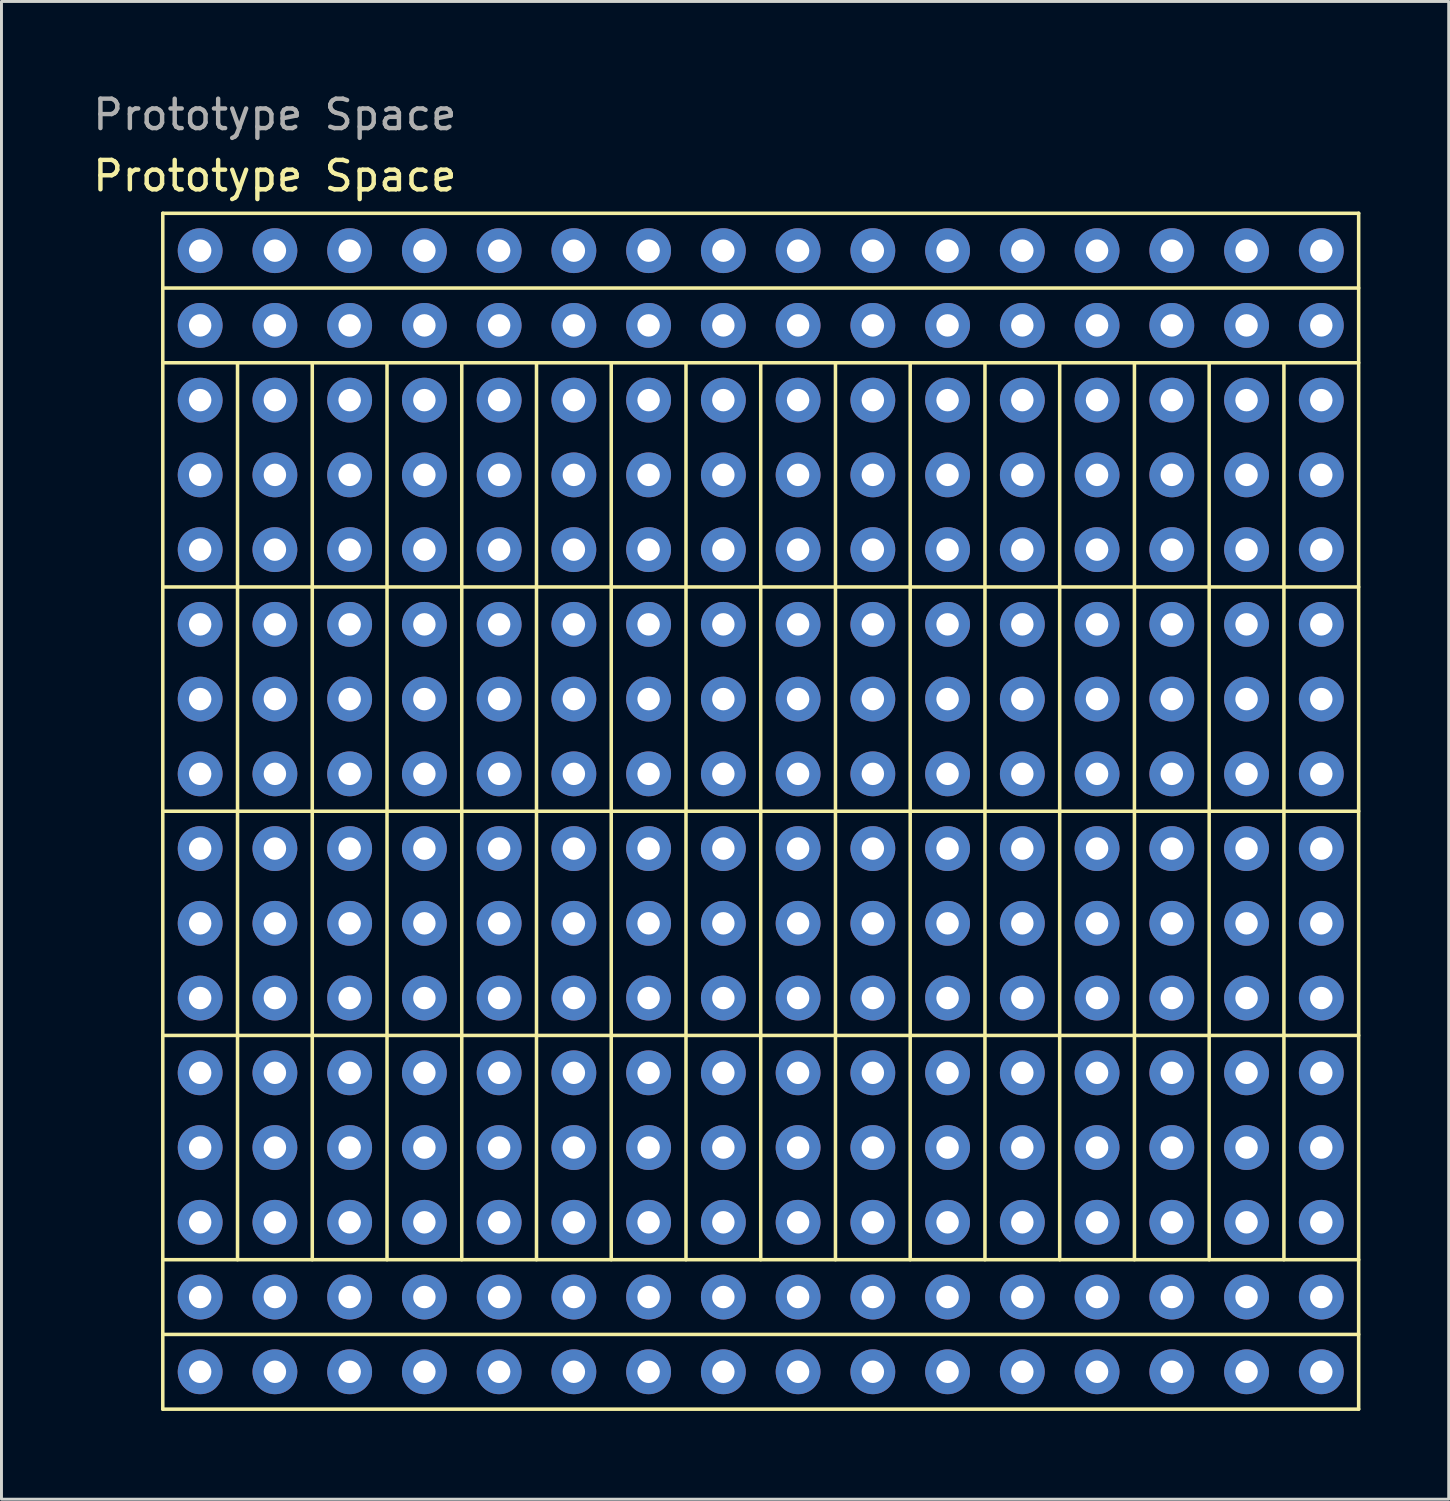
<source format=kicad_pcb>
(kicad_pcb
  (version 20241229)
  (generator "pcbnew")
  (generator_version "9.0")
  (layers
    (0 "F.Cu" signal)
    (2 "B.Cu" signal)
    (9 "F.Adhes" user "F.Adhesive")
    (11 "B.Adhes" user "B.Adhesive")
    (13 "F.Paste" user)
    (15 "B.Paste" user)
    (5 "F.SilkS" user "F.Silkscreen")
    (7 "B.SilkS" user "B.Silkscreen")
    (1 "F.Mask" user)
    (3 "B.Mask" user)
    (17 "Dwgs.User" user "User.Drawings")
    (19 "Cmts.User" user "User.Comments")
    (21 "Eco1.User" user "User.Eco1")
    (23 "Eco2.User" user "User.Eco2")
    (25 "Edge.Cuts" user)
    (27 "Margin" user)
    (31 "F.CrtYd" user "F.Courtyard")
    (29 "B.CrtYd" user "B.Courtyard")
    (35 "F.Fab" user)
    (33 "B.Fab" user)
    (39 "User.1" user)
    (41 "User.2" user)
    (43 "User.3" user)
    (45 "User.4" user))
  (footprint "Prototype Space"
    (layer "F.Cu")
    (at 3.752 5.468)
    (property "Reference" "Prototype Space" (at 2.54 -2.54 0) (unlocked yes) (layer "F.SilkS") (effects (font (size 1 1) (thickness 0.15))))
    (attr through_hole)
    (fp_line (start -1.27 -1.27) (end 39.37 -1.27) (stroke (width 0.12) (type solid)) (layer "F.SilkS"))
    (fp_line (start -1.27 1.27) (end 39.37 1.27) (stroke (width 0.12) (type solid)) (layer "F.SilkS"))
    (fp_line (start -1.27 11.43) (end 39.37 11.43) (stroke (width 0.12) (type solid)) (layer "F.SilkS"))
    (fp_line (start -1.27 19.05) (end 39.37 19.05) (stroke (width 0.12) (type solid)) (layer "F.SilkS"))
    (fp_line (start -1.27 26.67) (end 39.37 26.67) (stroke (width 0.12) (type solid)) (layer "F.SilkS"))
    (fp_line (start -1.27 34.29) (end 39.37 34.29) (stroke (width 0.12) (type solid)) (layer "F.SilkS"))
    (fp_line (start -1.27 36.83) (end 39.37 36.83) (stroke (width 0.12) (type solid)) (layer "F.SilkS"))
    (fp_line (start -1.27 39.37) (end -1.27 -1.27) (stroke (width 0.12) (type solid)) (layer "F.SilkS"))
    (fp_line (start 1.27 34.29) (end 1.27 3.81) (stroke (width 0.12) (type solid)) (layer "F.SilkS"))
    (fp_line (start 3.81 3.81) (end 3.81 34.29) (stroke (width 0.12) (type solid)) (layer "F.SilkS"))
    (fp_line (start 6.35 34.29) (end 6.35 3.81) (stroke (width 0.12) (type solid)) (layer "F.SilkS"))
    (fp_line (start 8.89 3.81) (end 8.89 34.29) (stroke (width 0.12) (type solid)) (layer "F.SilkS"))
    (fp_line (start 11.43 3.81) (end 11.43 34.29) (stroke (width 0.12) (type solid)) (layer "F.SilkS"))
    (fp_line (start 13.97 3.81) (end 13.97 34.29) (stroke (width 0.12) (type solid)) (layer "F.SilkS"))
    (fp_line (start 16.51 3.81) (end 16.51 34.29) (stroke (width 0.12) (type solid)) (layer "F.SilkS"))
    (fp_line (start 19.05 3.81) (end 19.05 34.29) (stroke (width 0.12) (type solid)) (layer "F.SilkS"))
    (fp_line (start 21.59 3.81) (end 21.59 34.29) (stroke (width 0.12) (type solid)) (layer "F.SilkS"))
    (fp_line (start 24.13 3.81) (end 24.13 34.29) (stroke (width 0.12) (type solid)) (layer "F.SilkS"))
    (fp_line (start 26.67 3.81) (end 26.67 34.29) (stroke (width 0.12) (type solid)) (layer "F.SilkS"))
    (fp_line (start 29.21 3.81) (end 29.21 34.29) (stroke (width 0.12) (type solid)) (layer "F.SilkS"))
    (fp_line (start 31.75 3.81) (end 31.75 34.29) (stroke (width 0.12) (type solid)) (layer "F.SilkS"))
    (fp_line (start 34.29 3.81) (end 34.29 34.29) (stroke (width 0.12) (type solid)) (layer "F.SilkS"))
    (fp_line (start 36.83 3.81) (end 36.83 34.29) (stroke (width 0.12) (type solid)) (layer "F.SilkS"))
    (fp_line (start 39.37 -1.27) (end 39.37 39.37) (stroke (width 0.12) (type solid)) (layer "F.SilkS"))
    (fp_line (start 39.37 3.81) (end -1.27 3.81) (stroke (width 0.12) (type solid)) (layer "F.SilkS"))
    (fp_line (start 39.37 39.37) (end -1.27 39.37) (stroke (width 0.12) (type solid)) (layer "F.SilkS"))
    (fp_text user "${REFERENCE}" (at 2.54 -4.62 0) (unlocked yes) (layer "F.Fab") (effects (font (size 1 1) (thickness 0.15))))
    (pad "1A" thru_hole circle (at 0 0) (size 1.524 1.524) (drill 0.762) (layers "*.Cu" "*.Mask"))
    (pad "1B" thru_hole circle (at 0 2.54) (size 1.524 1.524) (drill 0.762) (layers "*.Cu" "*.Mask"))
    (pad "1C" thru_hole circle (at 0 5.08) (size 1.524 1.524) (drill 0.762) (layers "*.Cu" "*.Mask"))
    (pad "1D" thru_hole circle (at 0 7.62) (size 1.524 1.524) (drill 0.762) (layers "*.Cu" "*.Mask"))
    (pad "1E" thru_hole circle (at 0 10.16) (size 1.524 1.524) (drill 0.762) (layers "*.Cu" "*.Mask"))
    (pad "1F" thru_hole circle (at 0 12.7) (size 1.524 1.524) (drill 0.762) (layers "*.Cu" "*.Mask"))
    (pad "1G" thru_hole circle (at 0 15.24) (size 1.524 1.524) (drill 0.762) (layers "*.Cu" "*.Mask"))
    (pad "1H" thru_hole circle (at 0 17.78) (size 1.524 1.524) (drill 0.762) (layers "*.Cu" "*.Mask"))
    (pad "1J" thru_hole circle (at 0 20.32) (size 1.524 1.524) (drill 0.762) (layers "*.Cu" "*.Mask"))
    (pad "1K" thru_hole circle (at 0 22.86) (size 1.524 1.524) (drill 0.762) (layers "*.Cu" "*.Mask"))
    (pad "1L" thru_hole circle (at 0 25.4) (size 1.524 1.524) (drill 0.762) (layers "*.Cu" "*.Mask"))
    (pad "1M" thru_hole circle (at 0 27.94) (size 1.524 1.524) (drill 0.762) (layers "*.Cu" "*.Mask"))
    (pad "1N" thru_hole circle (at 0 30.48) (size 1.524 1.524) (drill 0.762) (layers "*.Cu" "*.Mask"))
    (pad "1P" thru_hole circle (at 0 33.02) (size 1.524 1.524) (drill 0.762) (layers "*.Cu" "*.Mask"))
    (pad "1R" thru_hole circle (at 0 35.56) (size 1.524 1.524) (drill 0.762) (layers "*.Cu" "*.Mask"))
    (pad "1T" thru_hole circle (at 0 38.1) (size 1.524 1.524) (drill 0.762) (layers "*.Cu" "*.Mask"))
    (pad "2A" thru_hole circle (at 2.54 0) (size 1.524 1.524) (drill 0.762) (layers "*.Cu" "*.Mask"))
    (pad "2B" thru_hole circle (at 2.54 2.54) (size 1.524 1.524) (drill 0.762) (layers "*.Cu" "*.Mask"))
    (pad "2C" thru_hole circle (at 2.54 5.08) (size 1.524 1.524) (drill 0.762) (layers "*.Cu" "*.Mask"))
    (pad "2D" thru_hole circle (at 2.54 7.62) (size 1.524 1.524) (drill 0.762) (layers "*.Cu" "*.Mask"))
    (pad "2E" thru_hole circle (at 2.54 10.16) (size 1.524 1.524) (drill 0.762) (layers "*.Cu" "*.Mask"))
    (pad "2F" thru_hole circle (at 2.54 12.7) (size 1.524 1.524) (drill 0.762) (layers "*.Cu" "*.Mask"))
    (pad "2G" thru_hole circle (at 2.54 15.24) (size 1.524 1.524) (drill 0.762) (layers "*.Cu" "*.Mask"))
    (pad "2H" thru_hole circle (at 2.54 17.78) (size 1.524 1.524) (drill 0.762) (layers "*.Cu" "*.Mask"))
    (pad "2J" thru_hole circle (at 2.54 20.32) (size 1.524 1.524) (drill 0.762) (layers "*.Cu" "*.Mask"))
    (pad "2K" thru_hole circle (at 2.54 22.86) (size 1.524 1.524) (drill 0.762) (layers "*.Cu" "*.Mask"))
    (pad "2L" thru_hole circle (at 2.54 25.4) (size 1.524 1.524) (drill 0.762) (layers "*.Cu" "*.Mask"))
    (pad "2M" thru_hole circle (at 2.54 27.94) (size 1.524 1.524) (drill 0.762) (layers "*.Cu" "*.Mask"))
    (pad "2N" thru_hole circle (at 2.54 30.48) (size 1.524 1.524) (drill 0.762) (layers "*.Cu" "*.Mask"))
    (pad "2P" thru_hole circle (at 2.54 33.02) (size 1.524 1.524) (drill 0.762) (layers "*.Cu" "*.Mask"))
    (pad "2R" thru_hole circle (at 2.54 35.56) (size 1.524 1.524) (drill 0.762) (layers "*.Cu" "*.Mask"))
    (pad "2T" thru_hole circle (at 2.54 38.1) (size 1.524 1.524) (drill 0.762) (layers "*.Cu" "*.Mask"))
    (pad "3A" thru_hole circle (at 5.08 0) (size 1.524 1.524) (drill 0.762) (layers "*.Cu" "*.Mask"))
    (pad "3B" thru_hole circle (at 5.08 2.54) (size 1.524 1.524) (drill 0.762) (layers "*.Cu" "*.Mask"))
    (pad "3C" thru_hole circle (at 5.08 5.08) (size 1.524 1.524) (drill 0.762) (layers "*.Cu" "*.Mask"))
    (pad "3D" thru_hole circle (at 5.08 7.62) (size 1.524 1.524) (drill 0.762) (layers "*.Cu" "*.Mask"))
    (pad "3E" thru_hole circle (at 5.08 10.16) (size 1.524 1.524) (drill 0.762) (layers "*.Cu" "*.Mask"))
    (pad "3F" thru_hole circle (at 5.08 12.7) (size 1.524 1.524) (drill 0.762) (layers "*.Cu" "*.Mask"))
    (pad "3G" thru_hole circle (at 5.08 15.24) (size 1.524 1.524) (drill 0.762) (layers "*.Cu" "*.Mask"))
    (pad "3H" thru_hole circle (at 5.08 17.78) (size 1.524 1.524) (drill 0.762) (layers "*.Cu" "*.Mask"))
    (pad "3J" thru_hole circle (at 5.08 20.32) (size 1.524 1.524) (drill 0.762) (layers "*.Cu" "*.Mask"))
    (pad "3K" thru_hole circle (at 5.08 22.86) (size 1.524 1.524) (drill 0.762) (layers "*.Cu" "*.Mask"))
    (pad "3L" thru_hole circle (at 5.08 25.4) (size 1.524 1.524) (drill 0.762) (layers "*.Cu" "*.Mask"))
    (pad "3M" thru_hole circle (at 5.08 27.94) (size 1.524 1.524) (drill 0.762) (layers "*.Cu" "*.Mask"))
    (pad "3N" thru_hole circle (at 5.08 30.48) (size 1.524 1.524) (drill 0.762) (layers "*.Cu" "*.Mask"))
    (pad "3P" thru_hole circle (at 5.08 33.02) (size 1.524 1.524) (drill 0.762) (layers "*.Cu" "*.Mask"))
    (pad "3R" thru_hole circle (at 5.08 35.56) (size 1.524 1.524) (drill 0.762) (layers "*.Cu" "*.Mask"))
    (pad "3T" thru_hole circle (at 5.08 38.1) (size 1.524 1.524) (drill 0.762) (layers "*.Cu" "*.Mask"))
    (pad "4A" thru_hole circle (at 7.62 0) (size 1.524 1.524) (drill 0.762) (layers "*.Cu" "*.Mask"))
    (pad "4B" thru_hole circle (at 7.62 2.54) (size 1.524 1.524) (drill 0.762) (layers "*.Cu" "*.Mask"))
    (pad "4C" thru_hole circle (at 7.62 5.08) (size 1.524 1.524) (drill 0.762) (layers "*.Cu" "*.Mask"))
    (pad "4D" thru_hole circle (at 7.62 7.62) (size 1.524 1.524) (drill 0.762) (layers "*.Cu" "*.Mask"))
    (pad "4E" thru_hole circle (at 7.62 10.16) (size 1.524 1.524) (drill 0.762) (layers "*.Cu" "*.Mask"))
    (pad "4F" thru_hole circle (at 7.62 12.7) (size 1.524 1.524) (drill 0.762) (layers "*.Cu" "*.Mask"))
    (pad "4G" thru_hole circle (at 7.62 15.24) (size 1.524 1.524) (drill 0.762) (layers "*.Cu" "*.Mask"))
    (pad "4H" thru_hole circle (at 7.62 17.78) (size 1.524 1.524) (drill 0.762) (layers "*.Cu" "*.Mask"))
    (pad "4J" thru_hole circle (at 7.62 20.32) (size 1.524 1.524) (drill 0.762) (layers "*.Cu" "*.Mask"))
    (pad "4K" thru_hole circle (at 7.62 22.86) (size 1.524 1.524) (drill 0.762) (layers "*.Cu" "*.Mask"))
    (pad "4L" thru_hole circle (at 7.62 25.4) (size 1.524 1.524) (drill 0.762) (layers "*.Cu" "*.Mask"))
    (pad "4M" thru_hole circle (at 7.62 27.94) (size 1.524 1.524) (drill 0.762) (layers "*.Cu" "*.Mask"))
    (pad "4N" thru_hole circle (at 7.62 30.48) (size 1.524 1.524) (drill 0.762) (layers "*.Cu" "*.Mask"))
    (pad "4P" thru_hole circle (at 7.62 33.02) (size 1.524 1.524) (drill 0.762) (layers "*.Cu" "*.Mask"))
    (pad "4R" thru_hole circle (at 7.62 35.56) (size 1.524 1.524) (drill 0.762) (layers "*.Cu" "*.Mask"))
    (pad "4T" thru_hole circle (at 7.62 38.1) (size 1.524 1.524) (drill 0.762) (layers "*.Cu" "*.Mask"))
    (pad "5A" thru_hole circle (at 10.16 0) (size 1.524 1.524) (drill 0.762) (layers "*.Cu" "*.Mask"))
    (pad "5B" thru_hole circle (at 10.16 2.54) (size 1.524 1.524) (drill 0.762) (layers "*.Cu" "*.Mask"))
    (pad "5C" thru_hole circle (at 10.16 5.08) (size 1.524 1.524) (drill 0.762) (layers "*.Cu" "*.Mask"))
    (pad "5D" thru_hole circle (at 10.16 7.62) (size 1.524 1.524) (drill 0.762) (layers "*.Cu" "*.Mask"))
    (pad "5E" thru_hole circle (at 10.16 10.16) (size 1.524 1.524) (drill 0.762) (layers "*.Cu" "*.Mask"))
    (pad "5F" thru_hole circle (at 10.16 12.7) (size 1.524 1.524) (drill 0.762) (layers "*.Cu" "*.Mask"))
    (pad "5G" thru_hole circle (at 10.16 15.24) (size 1.524 1.524) (drill 0.762) (layers "*.Cu" "*.Mask"))
    (pad "5H" thru_hole circle (at 10.16 17.78) (size 1.524 1.524) (drill 0.762) (layers "*.Cu" "*.Mask"))
    (pad "5J" thru_hole circle (at 10.16 20.32) (size 1.524 1.524) (drill 0.762) (layers "*.Cu" "*.Mask"))
    (pad "5K" thru_hole circle (at 10.16 22.86) (size 1.524 1.524) (drill 0.762) (layers "*.Cu" "*.Mask"))
    (pad "5L" thru_hole circle (at 10.16 25.4) (size 1.524 1.524) (drill 0.762) (layers "*.Cu" "*.Mask"))
    (pad "5M" thru_hole circle (at 10.16 27.94) (size 1.524 1.524) (drill 0.762) (layers "*.Cu" "*.Mask"))
    (pad "5N" thru_hole circle (at 10.16 30.48) (size 1.524 1.524) (drill 0.762) (layers "*.Cu" "*.Mask"))
    (pad "5P" thru_hole circle (at 10.16 33.02) (size 1.524 1.524) (drill 0.762) (layers "*.Cu" "*.Mask"))
    (pad "5R" thru_hole circle (at 10.16 35.56) (size 1.524 1.524) (drill 0.762) (layers "*.Cu" "*.Mask"))
    (pad "5T" thru_hole circle (at 10.16 38.1) (size 1.524 1.524) (drill 0.762) (layers "*.Cu" "*.Mask"))
    (pad "6A" thru_hole circle (at 12.7 0) (size 1.524 1.524) (drill 0.762) (layers "*.Cu" "*.Mask"))
    (pad "6B" thru_hole circle (at 12.7 2.54) (size 1.524 1.524) (drill 0.762) (layers "*.Cu" "*.Mask"))
    (pad "6C" thru_hole circle (at 12.7 5.08) (size 1.524 1.524) (drill 0.762) (layers "*.Cu" "*.Mask"))
    (pad "6D" thru_hole circle (at 12.7 7.62) (size 1.524 1.524) (drill 0.762) (layers "*.Cu" "*.Mask"))
    (pad "6E" thru_hole circle (at 12.7 10.16) (size 1.524 1.524) (drill 0.762) (layers "*.Cu" "*.Mask"))
    (pad "6F" thru_hole circle (at 12.7 12.7) (size 1.524 1.524) (drill 0.762) (layers "*.Cu" "*.Mask"))
    (pad "6G" thru_hole circle (at 12.7 15.24) (size 1.524 1.524) (drill 0.762) (layers "*.Cu" "*.Mask"))
    (pad "6H" thru_hole circle (at 12.7 17.78) (size 1.524 1.524) (drill 0.762) (layers "*.Cu" "*.Mask"))
    (pad "6J" thru_hole circle (at 12.7 20.32) (size 1.524 1.524) (drill 0.762) (layers "*.Cu" "*.Mask"))
    (pad "6K" thru_hole circle (at 12.7 22.86) (size 1.524 1.524) (drill 0.762) (layers "*.Cu" "*.Mask"))
    (pad "6L" thru_hole circle (at 12.7 25.4) (size 1.524 1.524) (drill 0.762) (layers "*.Cu" "*.Mask"))
    (pad "6M" thru_hole circle (at 12.7 27.94) (size 1.524 1.524) (drill 0.762) (layers "*.Cu" "*.Mask"))
    (pad "6N" thru_hole circle (at 12.7 30.48) (size 1.524 1.524) (drill 0.762) (layers "*.Cu" "*.Mask"))
    (pad "6P" thru_hole circle (at 12.7 33.02) (size 1.524 1.524) (drill 0.762) (layers "*.Cu" "*.Mask"))
    (pad "6R" thru_hole circle (at 12.7 35.56) (size 1.524 1.524) (drill 0.762) (layers "*.Cu" "*.Mask"))
    (pad "6T" thru_hole circle (at 12.7 38.1) (size 1.524 1.524) (drill 0.762) (layers "*.Cu" "*.Mask"))
    (pad "7A" thru_hole circle (at 15.24 0) (size 1.524 1.524) (drill 0.762) (layers "*.Cu" "*.Mask"))
    (pad "7B" thru_hole circle (at 15.24 2.54) (size 1.524 1.524) (drill 0.762) (layers "*.Cu" "*.Mask"))
    (pad "7C" thru_hole circle (at 15.24 5.08) (size 1.524 1.524) (drill 0.762) (layers "*.Cu" "*.Mask"))
    (pad "7D" thru_hole circle (at 15.24 7.62) (size 1.524 1.524) (drill 0.762) (layers "*.Cu" "*.Mask"))
    (pad "7E" thru_hole circle (at 15.24 10.16) (size 1.524 1.524) (drill 0.762) (layers "*.Cu" "*.Mask"))
    (pad "7F" thru_hole circle (at 15.24 12.7) (size 1.524 1.524) (drill 0.762) (layers "*.Cu" "*.Mask"))
    (pad "7G" thru_hole circle (at 15.24 15.24) (size 1.524 1.524) (drill 0.762) (layers "*.Cu" "*.Mask"))
    (pad "7H" thru_hole circle (at 15.24 17.78) (size 1.524 1.524) (drill 0.762) (layers "*.Cu" "*.Mask"))
    (pad "7J" thru_hole circle (at 15.24 20.32) (size 1.524 1.524) (drill 0.762) (layers "*.Cu" "*.Mask"))
    (pad "7K" thru_hole circle (at 15.24 22.86) (size 1.524 1.524) (drill 0.762) (layers "*.Cu" "*.Mask"))
    (pad "7L" thru_hole circle (at 15.24 25.4) (size 1.524 1.524) (drill 0.762) (layers "*.Cu" "*.Mask"))
    (pad "7M" thru_hole circle (at 15.24 27.94) (size 1.524 1.524) (drill 0.762) (layers "*.Cu" "*.Mask"))
    (pad "7N" thru_hole circle (at 15.24 30.48) (size 1.524 1.524) (drill 0.762) (layers "*.Cu" "*.Mask"))
    (pad "7P" thru_hole circle (at 15.24 33.02) (size 1.524 1.524) (drill 0.762) (layers "*.Cu" "*.Mask"))
    (pad "7R" thru_hole circle (at 15.24 35.56) (size 1.524 1.524) (drill 0.762) (layers "*.Cu" "*.Mask"))
    (pad "7T" thru_hole circle (at 15.24 38.1) (size 1.524 1.524) (drill 0.762) (layers "*.Cu" "*.Mask"))
    (pad "8A" thru_hole circle (at 17.78 0) (size 1.524 1.524) (drill 0.762) (layers "*.Cu" "*.Mask"))
    (pad "8B" thru_hole circle (at 17.78 2.54) (size 1.524 1.524) (drill 0.762) (layers "*.Cu" "*.Mask"))
    (pad "8C" thru_hole circle (at 17.78 5.08) (size 1.524 1.524) (drill 0.762) (layers "*.Cu" "*.Mask"))
    (pad "8D" thru_hole circle (at 17.78 7.62) (size 1.524 1.524) (drill 0.762) (layers "*.Cu" "*.Mask"))
    (pad "8E" thru_hole circle (at 17.78 10.16) (size 1.524 1.524) (drill 0.762) (layers "*.Cu" "*.Mask"))
    (pad "8F" thru_hole circle (at 17.78 12.7) (size 1.524 1.524) (drill 0.762) (layers "*.Cu" "*.Mask"))
    (pad "8G" thru_hole circle (at 17.78 15.24) (size 1.524 1.524) (drill 0.762) (layers "*.Cu" "*.Mask"))
    (pad "8H" thru_hole circle (at 17.78 17.78) (size 1.524 1.524) (drill 0.762) (layers "*.Cu" "*.Mask"))
    (pad "8J" thru_hole circle (at 17.78 20.32) (size 1.524 1.524) (drill 0.762) (layers "*.Cu" "*.Mask"))
    (pad "8K" thru_hole circle (at 17.78 22.86) (size 1.524 1.524) (drill 0.762) (layers "*.Cu" "*.Mask"))
    (pad "8L" thru_hole circle (at 17.78 25.4) (size 1.524 1.524) (drill 0.762) (layers "*.Cu" "*.Mask"))
    (pad "8M" thru_hole circle (at 17.78 27.94) (size 1.524 1.524) (drill 0.762) (layers "*.Cu" "*.Mask"))
    (pad "8N" thru_hole circle (at 17.78 30.48) (size 1.524 1.524) (drill 0.762) (layers "*.Cu" "*.Mask"))
    (pad "8P" thru_hole circle (at 17.78 33.02) (size 1.524 1.524) (drill 0.762) (layers "*.Cu" "*.Mask"))
    (pad "8R" thru_hole circle (at 17.78 35.56) (size 1.524 1.524) (drill 0.762) (layers "*.Cu" "*.Mask"))
    (pad "8T" thru_hole circle (at 17.78 38.1) (size 1.524 1.524) (drill 0.762) (layers "*.Cu" "*.Mask"))
    (pad "9A" thru_hole circle (at 20.32 0) (size 1.524 1.524) (drill 0.762) (layers "*.Cu" "*.Mask"))
    (pad "9B" thru_hole circle (at 20.32 2.54) (size 1.524 1.524) (drill 0.762) (layers "*.Cu" "*.Mask"))
    (pad "9C" thru_hole circle (at 20.32 5.08) (size 1.524 1.524) (drill 0.762) (layers "*.Cu" "*.Mask"))
    (pad "9D" thru_hole circle (at 20.32 7.62) (size 1.524 1.524) (drill 0.762) (layers "*.Cu" "*.Mask"))
    (pad "9E" thru_hole circle (at 20.32 10.16) (size 1.524 1.524) (drill 0.762) (layers "*.Cu" "*.Mask"))
    (pad "9F" thru_hole circle (at 20.32 12.7) (size 1.524 1.524) (drill 0.762) (layers "*.Cu" "*.Mask"))
    (pad "9G" thru_hole circle (at 20.32 15.24) (size 1.524 1.524) (drill 0.762) (layers "*.Cu" "*.Mask"))
    (pad "9H" thru_hole circle (at 20.32 17.78) (size 1.524 1.524) (drill 0.762) (layers "*.Cu" "*.Mask"))
    (pad "9J" thru_hole circle (at 20.32 20.32) (size 1.524 1.524) (drill 0.762) (layers "*.Cu" "*.Mask"))
    (pad "9K" thru_hole circle (at 20.32 22.86) (size 1.524 1.524) (drill 0.762) (layers "*.Cu" "*.Mask"))
    (pad "9L" thru_hole circle (at 20.32 25.4) (size 1.524 1.524) (drill 0.762) (layers "*.Cu" "*.Mask"))
    (pad "9M" thru_hole circle (at 20.32 27.94) (size 1.524 1.524) (drill 0.762) (layers "*.Cu" "*.Mask"))
    (pad "9N" thru_hole circle (at 20.32 30.48) (size 1.524 1.524) (drill 0.762) (layers "*.Cu" "*.Mask"))
    (pad "9P" thru_hole circle (at 20.32 33.02) (size 1.524 1.524) (drill 0.762) (layers "*.Cu" "*.Mask"))
    (pad "9R" thru_hole circle (at 20.32 35.56) (size 1.524 1.524) (drill 0.762) (layers "*.Cu" "*.Mask"))
    (pad "9T" thru_hole circle (at 20.32 38.1) (size 1.524 1.524) (drill 0.762) (layers "*.Cu" "*.Mask"))
    (pad "10A" thru_hole circle (at 22.86 0) (size 1.524 1.524) (drill 0.762) (layers "*.Cu" "*.Mask"))
    (pad "10B" thru_hole circle (at 22.86 2.54) (size 1.524 1.524) (drill 0.762) (layers "*.Cu" "*.Mask"))
    (pad "10C" thru_hole circle (at 22.86 5.08) (size 1.524 1.524) (drill 0.762) (layers "*.Cu" "*.Mask"))
    (pad "10D" thru_hole circle (at 22.86 7.62) (size 1.524 1.524) (drill 0.762) (layers "*.Cu" "*.Mask"))
    (pad "10E" thru_hole circle (at 22.86 10.16) (size 1.524 1.524) (drill 0.762) (layers "*.Cu" "*.Mask"))
    (pad "10F" thru_hole circle (at 22.86 12.7) (size 1.524 1.524) (drill 0.762) (layers "*.Cu" "*.Mask"))
    (pad "10G" thru_hole circle (at 22.86 15.24) (size 1.524 1.524) (drill 0.762) (layers "*.Cu" "*.Mask"))
    (pad "10H" thru_hole circle (at 22.86 17.78) (size 1.524 1.524) (drill 0.762) (layers "*.Cu" "*.Mask"))
    (pad "10J" thru_hole circle (at 22.86 20.32) (size 1.524 1.524) (drill 0.762) (layers "*.Cu" "*.Mask"))
    (pad "10K" thru_hole circle (at 22.86 22.86) (size 1.524 1.524) (drill 0.762) (layers "*.Cu" "*.Mask"))
    (pad "10L" thru_hole circle (at 22.86 25.4) (size 1.524 1.524) (drill 0.762) (layers "*.Cu" "*.Mask"))
    (pad "10M" thru_hole circle (at 22.86 27.94) (size 1.524 1.524) (drill 0.762) (layers "*.Cu" "*.Mask"))
    (pad "10N" thru_hole circle (at 22.86 30.48) (size 1.524 1.524) (drill 0.762) (layers "*.Cu" "*.Mask"))
    (pad "10P" thru_hole circle (at 22.86 33.02) (size 1.524 1.524) (drill 0.762) (layers "*.Cu" "*.Mask"))
    (pad "10R" thru_hole circle (at 22.86 35.56) (size 1.524 1.524) (drill 0.762) (layers "*.Cu" "*.Mask"))
    (pad "10T" thru_hole circle (at 22.86 38.1) (size 1.524 1.524) (drill 0.762) (layers "*.Cu" "*.Mask"))
    (pad "11A" thru_hole circle (at 25.4 0) (size 1.524 1.524) (drill 0.762) (layers "*.Cu" "*.Mask"))
    (pad "11B" thru_hole circle (at 25.4 2.54) (size 1.524 1.524) (drill 0.762) (layers "*.Cu" "*.Mask"))
    (pad "11C" thru_hole circle (at 25.4 5.08) (size 1.524 1.524) (drill 0.762) (layers "*.Cu" "*.Mask"))
    (pad "11D" thru_hole circle (at 25.4 7.62) (size 1.524 1.524) (drill 0.762) (layers "*.Cu" "*.Mask"))
    (pad "11E" thru_hole circle (at 25.4 10.16) (size 1.524 1.524) (drill 0.762) (layers "*.Cu" "*.Mask"))
    (pad "11F" thru_hole circle (at 25.4 12.7) (size 1.524 1.524) (drill 0.762) (layers "*.Cu" "*.Mask"))
    (pad "11G" thru_hole circle (at 25.4 15.24) (size 1.524 1.524) (drill 0.762) (layers "*.Cu" "*.Mask"))
    (pad "11H" thru_hole circle (at 25.4 17.78) (size 1.524 1.524) (drill 0.762) (layers "*.Cu" "*.Mask"))
    (pad "11J" thru_hole circle (at 25.4 20.32) (size 1.524 1.524) (drill 0.762) (layers "*.Cu" "*.Mask"))
    (pad "11K" thru_hole circle (at 25.4 22.86) (size 1.524 1.524) (drill 0.762) (layers "*.Cu" "*.Mask"))
    (pad "11L" thru_hole circle (at 25.4 25.4) (size 1.524 1.524) (drill 0.762) (layers "*.Cu" "*.Mask"))
    (pad "11M" thru_hole circle (at 25.4 27.94) (size 1.524 1.524) (drill 0.762) (layers "*.Cu" "*.Mask"))
    (pad "11N" thru_hole circle (at 25.4 30.48) (size 1.524 1.524) (drill 0.762) (layers "*.Cu" "*.Mask"))
    (pad "11P" thru_hole circle (at 25.4 33.02) (size 1.524 1.524) (drill 0.762) (layers "*.Cu" "*.Mask"))
    (pad "11R" thru_hole circle (at 25.4 35.56) (size 1.524 1.524) (drill 0.762) (layers "*.Cu" "*.Mask"))
    (pad "11T" thru_hole circle (at 25.4 38.1) (size 1.524 1.524) (drill 0.762) (layers "*.Cu" "*.Mask"))
    (pad "12A" thru_hole circle (at 27.94 0) (size 1.524 1.524) (drill 0.762) (layers "*.Cu" "*.Mask"))
    (pad "12B" thru_hole circle (at 27.94 2.54) (size 1.524 1.524) (drill 0.762) (layers "*.Cu" "*.Mask"))
    (pad "12C" thru_hole circle (at 27.94 5.08) (size 1.524 1.524) (drill 0.762) (layers "*.Cu" "*.Mask"))
    (pad "12D" thru_hole circle (at 27.94 7.62) (size 1.524 1.524) (drill 0.762) (layers "*.Cu" "*.Mask"))
    (pad "12E" thru_hole circle (at 27.94 10.16) (size 1.524 1.524) (drill 0.762) (layers "*.Cu" "*.Mask"))
    (pad "12F" thru_hole circle (at 27.94 12.7) (size 1.524 1.524) (drill 0.762) (layers "*.Cu" "*.Mask"))
    (pad "12G" thru_hole circle (at 27.94 15.24) (size 1.524 1.524) (drill 0.762) (layers "*.Cu" "*.Mask"))
    (pad "12H" thru_hole circle (at 27.94 17.78) (size 1.524 1.524) (drill 0.762) (layers "*.Cu" "*.Mask"))
    (pad "12J" thru_hole circle (at 27.94 20.32) (size 1.524 1.524) (drill 0.762) (layers "*.Cu" "*.Mask"))
    (pad "12K" thru_hole circle (at 27.94 22.86) (size 1.524 1.524) (drill 0.762) (layers "*.Cu" "*.Mask"))
    (pad "12L" thru_hole circle (at 27.94 25.4) (size 1.524 1.524) (drill 0.762) (layers "*.Cu" "*.Mask"))
    (pad "12M" thru_hole circle (at 27.94 27.94) (size 1.524 1.524) (drill 0.762) (layers "*.Cu" "*.Mask"))
    (pad "12N" thru_hole circle (at 27.94 30.48) (size 1.524 1.524) (drill 0.762) (layers "*.Cu" "*.Mask"))
    (pad "12P" thru_hole circle (at 27.94 33.02) (size 1.524 1.524) (drill 0.762) (layers "*.Cu" "*.Mask"))
    (pad "12R" thru_hole circle (at 27.94 35.56) (size 1.524 1.524) (drill 0.762) (layers "*.Cu" "*.Mask"))
    (pad "12T" thru_hole circle (at 27.94 38.1) (size 1.524 1.524) (drill 0.762) (layers "*.Cu" "*.Mask"))
    (pad "13A" thru_hole circle (at 30.48 0) (size 1.524 1.524) (drill 0.762) (layers "*.Cu" "*.Mask"))
    (pad "13B" thru_hole circle (at 30.48 2.54) (size 1.524 1.524) (drill 0.762) (layers "*.Cu" "*.Mask"))
    (pad "13C" thru_hole circle (at 30.48 5.08) (size 1.524 1.524) (drill 0.762) (layers "*.Cu" "*.Mask"))
    (pad "13D" thru_hole circle (at 30.48 7.62) (size 1.524 1.524) (drill 0.762) (layers "*.Cu" "*.Mask"))
    (pad "13E" thru_hole circle (at 30.48 10.16) (size 1.524 1.524) (drill 0.762) (layers "*.Cu" "*.Mask"))
    (pad "13F" thru_hole circle (at 30.48 12.7) (size 1.524 1.524) (drill 0.762) (layers "*.Cu" "*.Mask"))
    (pad "13G" thru_hole circle (at 30.48 15.24) (size 1.524 1.524) (drill 0.762) (layers "*.Cu" "*.Mask"))
    (pad "13H" thru_hole circle (at 30.48 17.78) (size 1.524 1.524) (drill 0.762) (layers "*.Cu" "*.Mask"))
    (pad "13J" thru_hole circle (at 30.48 20.32) (size 1.524 1.524) (drill 0.762) (layers "*.Cu" "*.Mask"))
    (pad "13K" thru_hole circle (at 30.48 22.86) (size 1.524 1.524) (drill 0.762) (layers "*.Cu" "*.Mask"))
    (pad "13L" thru_hole circle (at 30.48 25.4) (size 1.524 1.524) (drill 0.762) (layers "*.Cu" "*.Mask"))
    (pad "13M" thru_hole circle (at 30.48 27.94) (size 1.524 1.524) (drill 0.762) (layers "*.Cu" "*.Mask"))
    (pad "13N" thru_hole circle (at 30.48 30.48) (size 1.524 1.524) (drill 0.762) (layers "*.Cu" "*.Mask"))
    (pad "13P" thru_hole circle (at 30.48 33.02) (size 1.524 1.524) (drill 0.762) (layers "*.Cu" "*.Mask"))
    (pad "13R" thru_hole circle (at 30.48 35.56) (size 1.524 1.524) (drill 0.762) (layers "*.Cu" "*.Mask"))
    (pad "13T" thru_hole circle (at 30.48 38.1) (size 1.524 1.524) (drill 0.762) (layers "*.Cu" "*.Mask"))
    (pad "14A" thru_hole circle (at 33.02 0) (size 1.524 1.524) (drill 0.762) (layers "*.Cu" "*.Mask"))
    (pad "14B" thru_hole circle (at 33.02 2.54) (size 1.524 1.524) (drill 0.762) (layers "*.Cu" "*.Mask"))
    (pad "14C" thru_hole circle (at 33.02 5.08) (size 1.524 1.524) (drill 0.762) (layers "*.Cu" "*.Mask"))
    (pad "14D" thru_hole circle (at 33.02 7.62) (size 1.524 1.524) (drill 0.762) (layers "*.Cu" "*.Mask"))
    (pad "14E" thru_hole circle (at 33.02 10.16) (size 1.524 1.524) (drill 0.762) (layers "*.Cu" "*.Mask"))
    (pad "14F" thru_hole circle (at 33.02 12.7) (size 1.524 1.524) (drill 0.762) (layers "*.Cu" "*.Mask"))
    (pad "14G" thru_hole circle (at 33.02 15.24) (size 1.524 1.524) (drill 0.762) (layers "*.Cu" "*.Mask"))
    (pad "14H" thru_hole circle (at 33.02 17.78) (size 1.524 1.524) (drill 0.762) (layers "*.Cu" "*.Mask"))
    (pad "14J" thru_hole circle (at 33.02 20.32) (size 1.524 1.524) (drill 0.762) (layers "*.Cu" "*.Mask"))
    (pad "14K" thru_hole circle (at 33.02 22.86) (size 1.524 1.524) (drill 0.762) (layers "*.Cu" "*.Mask"))
    (pad "14L" thru_hole circle (at 33.02 25.4) (size 1.524 1.524) (drill 0.762) (layers "*.Cu" "*.Mask"))
    (pad "14M" thru_hole circle (at 33.02 27.94) (size 1.524 1.524) (drill 0.762) (layers "*.Cu" "*.Mask"))
    (pad "14N" thru_hole circle (at 33.02 30.48) (size 1.524 1.524) (drill 0.762) (layers "*.Cu" "*.Mask"))
    (pad "14P" thru_hole circle (at 33.02 33.02) (size 1.524 1.524) (drill 0.762) (layers "*.Cu" "*.Mask"))
    (pad "14R" thru_hole circle (at 33.02 35.56) (size 1.524 1.524) (drill 0.762) (layers "*.Cu" "*.Mask"))
    (pad "14T" thru_hole circle (at 33.02 38.1) (size 1.524 1.524) (drill 0.762) (layers "*.Cu" "*.Mask"))
    (pad "15A" thru_hole circle (at 35.56 0) (size 1.524 1.524) (drill 0.762) (layers "*.Cu" "*.Mask"))
    (pad "15B" thru_hole circle (at 35.56 2.54) (size 1.524 1.524) (drill 0.762) (layers "*.Cu" "*.Mask"))
    (pad "15C" thru_hole circle (at 35.56 5.08) (size 1.524 1.524) (drill 0.762) (layers "*.Cu" "*.Mask"))
    (pad "15D" thru_hole circle (at 35.56 7.62) (size 1.524 1.524) (drill 0.762) (layers "*.Cu" "*.Mask"))
    (pad "15E" thru_hole circle (at 35.56 10.16) (size 1.524 1.524) (drill 0.762) (layers "*.Cu" "*.Mask"))
    (pad "15F" thru_hole circle (at 35.56 12.7) (size 1.524 1.524) (drill 0.762) (layers "*.Cu" "*.Mask"))
    (pad "15G" thru_hole circle (at 35.56 15.24) (size 1.524 1.524) (drill 0.762) (layers "*.Cu" "*.Mask"))
    (pad "15H" thru_hole circle (at 35.56 17.78) (size 1.524 1.524) (drill 0.762) (layers "*.Cu" "*.Mask"))
    (pad "15J" thru_hole circle (at 35.56 20.32) (size 1.524 1.524) (drill 0.762) (layers "*.Cu" "*.Mask"))
    (pad "15K" thru_hole circle (at 35.56 22.86) (size 1.524 1.524) (drill 0.762) (layers "*.Cu" "*.Mask"))
    (pad "15L" thru_hole circle (at 35.56 25.4) (size 1.524 1.524) (drill 0.762) (layers "*.Cu" "*.Mask"))
    (pad "15M" thru_hole circle (at 35.56 27.94) (size 1.524 1.524) (drill 0.762) (layers "*.Cu" "*.Mask"))
    (pad "15N" thru_hole circle (at 35.56 30.48) (size 1.524 1.524) (drill 0.762) (layers "*.Cu" "*.Mask"))
    (pad "15P" thru_hole circle (at 35.56 33.02) (size 1.524 1.524) (drill 0.762) (layers "*.Cu" "*.Mask"))
    (pad "15R" thru_hole circle (at 35.56 35.56) (size 1.524 1.524) (drill 0.762) (layers "*.Cu" "*.Mask"))
    (pad "15T" thru_hole circle (at 35.56 38.1) (size 1.524 1.524) (drill 0.762) (layers "*.Cu" "*.Mask"))
    (pad "16A" thru_hole circle (at 38.1 0) (size 1.524 1.524) (drill 0.762) (layers "*.Cu" "*.Mask"))
    (pad "16B" thru_hole circle (at 38.1 2.54) (size 1.524 1.524) (drill 0.762) (layers "*.Cu" "*.Mask"))
    (pad "16C" thru_hole circle (at 38.1 5.08) (size 1.524 1.524) (drill 0.762) (layers "*.Cu" "*.Mask"))
    (pad "16D" thru_hole circle (at 38.1 7.62) (size 1.524 1.524) (drill 0.762) (layers "*.Cu" "*.Mask"))
    (pad "16E" thru_hole circle (at 38.1 10.16) (size 1.524 1.524) (drill 0.762) (layers "*.Cu" "*.Mask"))
    (pad "16F" thru_hole circle (at 38.1 12.7) (size 1.524 1.524) (drill 0.762) (layers "*.Cu" "*.Mask"))
    (pad "16G" thru_hole circle (at 38.1 15.24) (size 1.524 1.524) (drill 0.762) (layers "*.Cu" "*.Mask"))
    (pad "16H" thru_hole circle (at 38.1 17.78) (size 1.524 1.524) (drill 0.762) (layers "*.Cu" "*.Mask"))
    (pad "16J" thru_hole circle (at 38.1 20.32) (size 1.524 1.524) (drill 0.762) (layers "*.Cu" "*.Mask"))
    (pad "16K" thru_hole circle (at 38.1 22.86) (size 1.524 1.524) (drill 0.762) (layers "*.Cu" "*.Mask"))
    (pad "16L" thru_hole circle (at 38.1 25.4) (size 1.524 1.524) (drill 0.762) (layers "*.Cu" "*.Mask"))
    (pad "16M" thru_hole circle (at 38.1 27.94) (size 1.524 1.524) (drill 0.762) (layers "*.Cu" "*.Mask"))
    (pad "16N" thru_hole circle (at 38.1 30.48) (size 1.524 1.524) (drill 0.762) (layers "*.Cu" "*.Mask"))
    (pad "16P" thru_hole circle (at 38.1 33.02) (size 1.524 1.524) (drill 0.762) (layers "*.Cu" "*.Mask"))
    (pad "16R" thru_hole circle (at 38.1 35.56) (size 1.524 1.524) (drill 0.762) (layers "*.Cu" "*.Mask"))
    (pad "16T" thru_hole circle (at 38.1 38.1) (size 1.524 1.524) (drill 0.762) (layers "*.Cu" "*.Mask")))
  (gr_rect
    (start -3 -3)
    (end 46.182 47.898)
    (stroke (width 0.1) (type default))
    (fill no)
    (layer "Edge.Cuts")))
</source>
